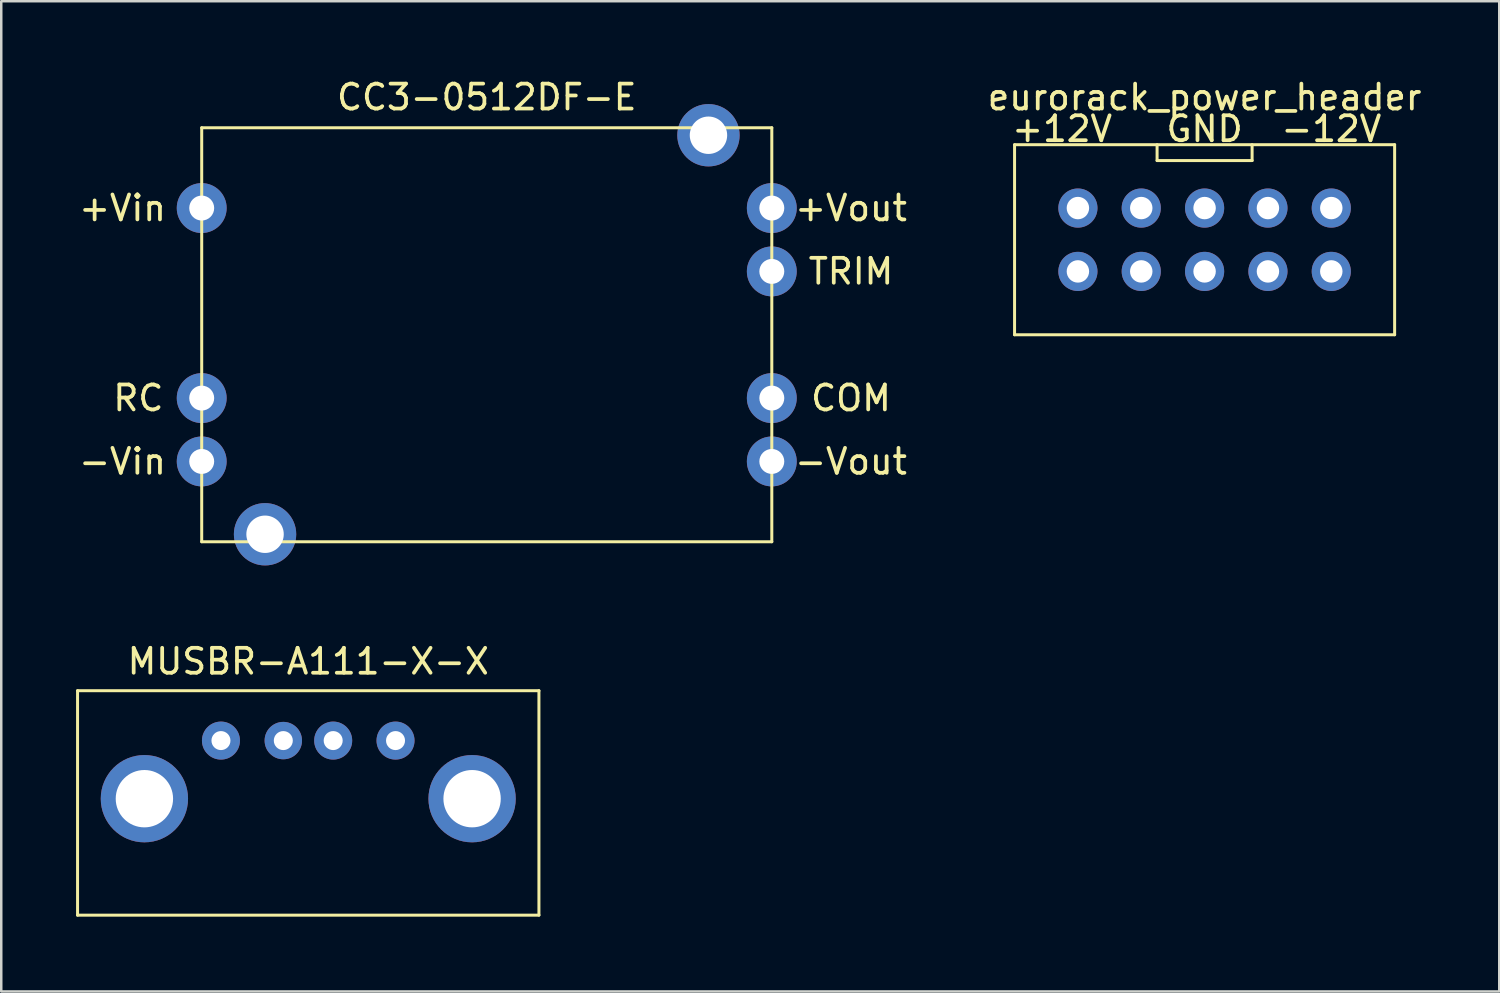
<source format=kicad_pcb>
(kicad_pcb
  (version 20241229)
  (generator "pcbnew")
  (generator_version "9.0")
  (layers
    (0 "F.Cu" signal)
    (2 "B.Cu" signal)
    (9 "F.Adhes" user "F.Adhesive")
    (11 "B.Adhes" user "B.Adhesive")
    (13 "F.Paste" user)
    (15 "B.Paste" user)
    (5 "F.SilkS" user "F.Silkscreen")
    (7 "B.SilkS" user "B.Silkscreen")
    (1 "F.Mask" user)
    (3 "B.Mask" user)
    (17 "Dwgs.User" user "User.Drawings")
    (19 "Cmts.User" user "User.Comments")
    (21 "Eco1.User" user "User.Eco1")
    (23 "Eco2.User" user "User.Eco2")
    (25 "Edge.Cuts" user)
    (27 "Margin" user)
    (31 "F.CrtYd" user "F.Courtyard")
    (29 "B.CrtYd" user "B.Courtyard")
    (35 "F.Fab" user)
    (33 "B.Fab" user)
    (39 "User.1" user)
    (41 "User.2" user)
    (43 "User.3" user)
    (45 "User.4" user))
  (footprint "eurorack_power_header"
    (layer "F.Cu")
    (at 45.252 6.563)
    (property "Reference" "eurorack_power_header" (at 0 -5.715 0) (layer "F.SilkS") (effects (font (size 1 1) (thickness 0.15))))
    (attr through_hole)
    (fp_line (start -7.62 -3.81) (end -7.62 3.81) (stroke (width 0.12) (type solid)) (layer "F.SilkS"))
    (fp_line (start -7.62 3.81) (end 7.62 3.81) (stroke (width 0.12) (type solid)) (layer "F.SilkS"))
    (fp_line (start -1.905 -3.81) (end -1.905 -3.175) (stroke (width 0.12) (type solid)) (layer "F.SilkS"))
    (fp_line (start -1.905 -3.175) (end 1.905 -3.175) (stroke (width 0.12) (type solid)) (layer "F.SilkS"))
    (fp_line (start 1.905 -3.175) (end 1.905 -3.81) (stroke (width 0.12) (type solid)) (layer "F.SilkS"))
    (fp_line (start 7.62 -3.81) (end -7.62 -3.81) (stroke (width 0.12) (type solid)) (layer "F.SilkS"))
    (fp_line (start 7.62 3.81) (end 7.62 -3.81) (stroke (width 0.12) (type solid)) (layer "F.SilkS"))
    (fp_text user "+12V" (at -5.715 -4.445 180) (layer "F.SilkS") (effects (font (size 1 1) (thickness 0.15))))
    (fp_text user "-12V" (at 5.08 -4.445 0) (layer "F.SilkS") (effects (font (size 1 1) (thickness 0.15))))
    (fp_text user "GND" (at 0 -4.445 0) (layer "F.SilkS") (effects (font (size 1 1) (thickness 0.15))))
    (pad "1" thru_hole circle (at 5.08 -1.27) (size 1.57 1.57) (drill 0.9) (layers "*.Cu" "*.Mask"))
    (pad "2" thru_hole circle (at 5.08 1.27) (size 1.57 1.57) (drill 0.9) (layers "*.Cu" "*.Mask"))
    (pad "3" thru_hole circle (at 2.54 -1.27) (size 1.57 1.57) (drill 0.9) (layers "*.Cu" "*.Mask"))
    (pad "4" thru_hole circle (at 2.54 1.27) (size 1.57 1.57) (drill 0.9) (layers "*.Cu" "*.Mask"))
    (pad "5" thru_hole circle (at 0 -1.27) (size 1.57 1.57) (drill 0.9) (layers "*.Cu" "*.Mask"))
    (pad "6" thru_hole circle (at 0 1.27) (size 1.57 1.57) (drill 0.9) (layers "*.Cu" "*.Mask"))
    (pad "7" thru_hole circle (at -2.54 -1.27) (size 1.57 1.57) (drill 0.9) (layers "*.Cu" "*.Mask"))
    (pad "8" thru_hole circle (at -2.54 1.27) (size 1.57 1.57) (drill 0.9) (layers "*.Cu" "*.Mask"))
    (pad "9" thru_hole circle (at -5.08 -1.27) (size 1.57 1.57) (drill 0.9) (layers "*.Cu" "*.Mask"))
    (pad "10" thru_hole circle (at -5.08 1.27) (size 1.57 1.57) (drill 0.9) (layers "*.Cu" "*.Mask")))
  (footprint "CC3-0512DF-E"
    (layer "F.Cu")
    (at 16.468 10.373)
    (property "Reference" "CC3-0512DF-E" (at 0 -9.525 0) (layer "F.SilkS") (effects (font (size 1 1) (thickness 0.15))))
    (attr through_hole)
    (fp_line (start -11.43 -8.3) (end -11.43 8.3) (stroke (width 0.12) (type solid)) (layer "F.SilkS"))
    (fp_line (start -11.43 8.3) (end 11.43 8.3) (stroke (width 0.12) (type solid)) (layer "F.SilkS"))
    (fp_line (start 11.43 -8.3) (end -11.43 -8.3) (stroke (width 0.12) (type solid)) (layer "F.SilkS"))
    (fp_line (start 11.43 8.3) (end 11.43 -8.3) (stroke (width 0.12) (type solid)) (layer "F.SilkS"))
    (fp_text user "COM" (at 14.605 2.54 0) (layer "F.SilkS") (effects (font (size 1 1) (thickness 0.15))))
    (fp_text user "-Vin" (at -14.605 5.08 0) (layer "F.SilkS") (effects (font (size 1 1) (thickness 0.15))))
    (fp_text user "+Vin" (at -14.605 -5.08 0) (layer "F.SilkS") (effects (font (size 1 1) (thickness 0.15))))
    (fp_text user "-Vout" (at 14.605 5.08 0) (layer "F.SilkS") (effects (font (size 1 1) (thickness 0.15))))
    (fp_text user "TRIM" (at 14.605 -2.54 0) (layer "F.SilkS") (effects (font (size 1 1) (thickness 0.15))))
    (fp_text user "RC" (at -13.97 2.54 0) (layer "F.SilkS") (effects (font (size 1 1) (thickness 0.15))))
    (fp_text user "+Vout" (at 14.605 -5.08 0) (layer "F.SilkS") (effects (font (size 1 1) (thickness 0.15))))
    (pad "1" thru_hole circle (at -11.43 -5.08) (size 2 2) (drill 1) (layers "*.Cu" "*.Mask"))
    (pad "2" thru_hole circle (at -11.43 2.54) (size 2 2) (drill 1) (layers "*.Cu" "*.Mask"))
    (pad "3" thru_hole circle (at -11.43 5.08) (size 2 2) (drill 1) (layers "*.Cu" "*.Mask"))
    (pad "4" thru_hole circle (at 11.43 5.08) (size 2 2) (drill 1) (layers "*.Cu" "*.Mask"))
    (pad "5" thru_hole circle (at 11.43 2.54) (size 2 2) (drill 1) (layers "*.Cu" "*.Mask"))
    (pad "6" thru_hole circle (at 11.43 -2.54) (size 2 2) (drill 1) (layers "*.Cu" "*.Mask"))
    (pad "7" thru_hole circle (at 11.43 -5.08) (size 2 2) (drill 1) (layers "*.Cu" "*.Mask"))
    (pad "8" thru_hole circle (at -8.89 8) (size 2.5 2.5) (drill 1.5) (layers "*.Cu" "*.Mask"))
    (pad "9" thru_hole circle (at 8.89 -8) (size 2.5 2.5) (drill 1.5) (layers "*.Cu" "*.Mask")))
  (footprint "MUSBR-A111-X-X"
    (layer "F.Cu")
    (at 9.31 26.646)
    (property "Reference" "MUSBR-A111-X-X" (at 0 -3.175 0) (layer "F.SilkS") (effects (font (size 1 1) (thickness 0.15))))
    (attr through_hole)
    (fp_line (start -9.25 -2) (end -9.25 7) (stroke (width 0.12) (type solid)) (layer "F.SilkS"))
    (fp_line (start -9.25 -2) (end 9.25 -2) (stroke (width 0.12) (type solid)) (layer "F.SilkS"))
    (fp_line (start 9.25 -2) (end 9.25 7) (stroke (width 0.12) (type solid)) (layer "F.SilkS"))
    (fp_line (start 9.25 7) (end -9.25 7) (stroke (width 0.12) (type solid)) (layer "F.SilkS"))
    (pad "1" thru_hole circle (at -3.5 0) (size 1.524 1.524) (drill 0.762) (layers "*.Cu" "*.Mask"))
    (pad "2" thru_hole circle (at -1 0) (size 1.5 1.5) (drill 0.762) (layers "*.Cu" "*.Mask"))
    (pad "3" thru_hole circle (at 1 0) (size 1.524 1.524) (drill 0.762) (layers "*.Cu" "*.Mask"))
    (pad "4" thru_hole circle (at 3.5 0) (size 1.524 1.524) (drill 0.762) (layers "*.Cu" "*.Mask"))
    (pad "5" thru_hole circle (at -6.57 2.33) (size 3.5 3.5) (drill 2.3) (layers "*.Cu" "*.Mask"))
    (pad "6" thru_hole circle (at 6.57 2.33) (size 3.5 3.5) (drill 2.3) (layers "*.Cu" "*.Mask")))
  (gr_rect
    (start -3 -3)
    (end 57.067 36.706)
    (stroke (width 0.1) (type default))
    (fill no)
    (layer "Edge.Cuts")))
</source>
